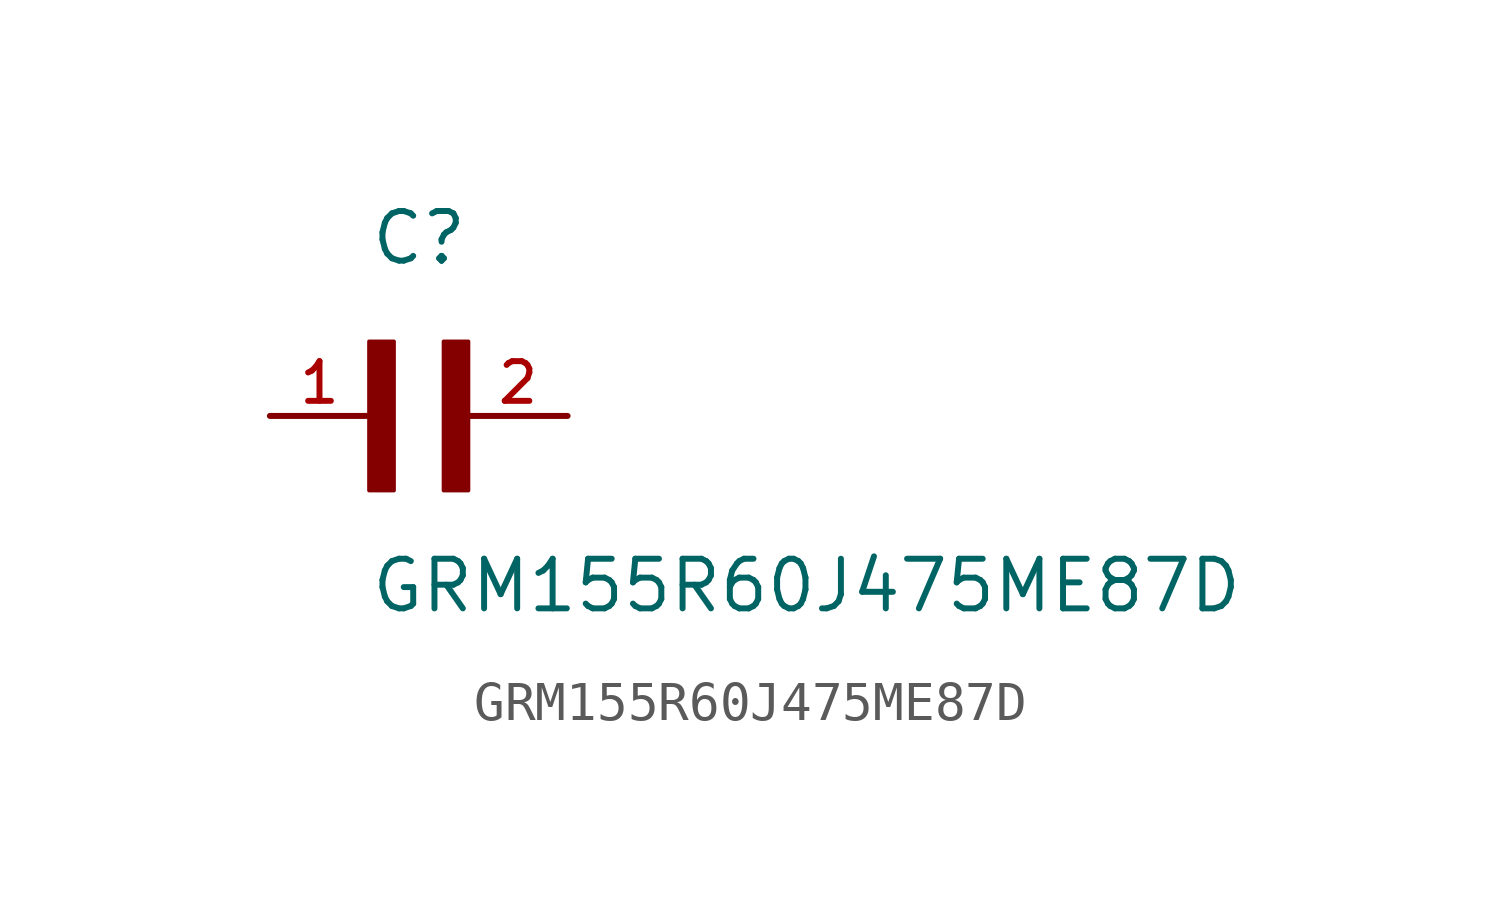
<source format=kicad_sym>
(kicad_symbol_lib
  (version 20211014)
  (generator kicad_symbol_editor)
  (symbol "GRM155R60J475ME87D"
    (pin_names
      (offset 1.016))
    (property "Reference" "C"
      (at 0.0 3.811 0)
      (effects (font (size 1.27 1.27)) (justify bottom left)))
    (property "Value" "GRM155R60J475ME87D"
      (at 0.0 -5.088 0)
      (effects (font (size 1.27 1.27)) (justify bottom left)))
    (symbol "GRM155R60J475ME87D_0_0"
      (rectangle (start 0.0 -1.907) (end 0.635 1.905) (stroke (width 0.1)) (fill (type outline)))
      (rectangle (start 1.907 -1.907) (end 2.54 1.905) (stroke (width 0.1)) (fill (type outline)))
      (pin passive line (at 5.08 0.0 180.0) (length 2.54) (name "~" (effects (font (size 1.016 1.016)))) (number "2" (effects (font (size 1.016 1.016)))))
      (pin passive line (at -2.54 0.0 0) (length 2.54) (name "~" (effects (font (size 1.016 1.016)))) (number "1" (effects (font (size 1.016 1.016))))))))
</source>
